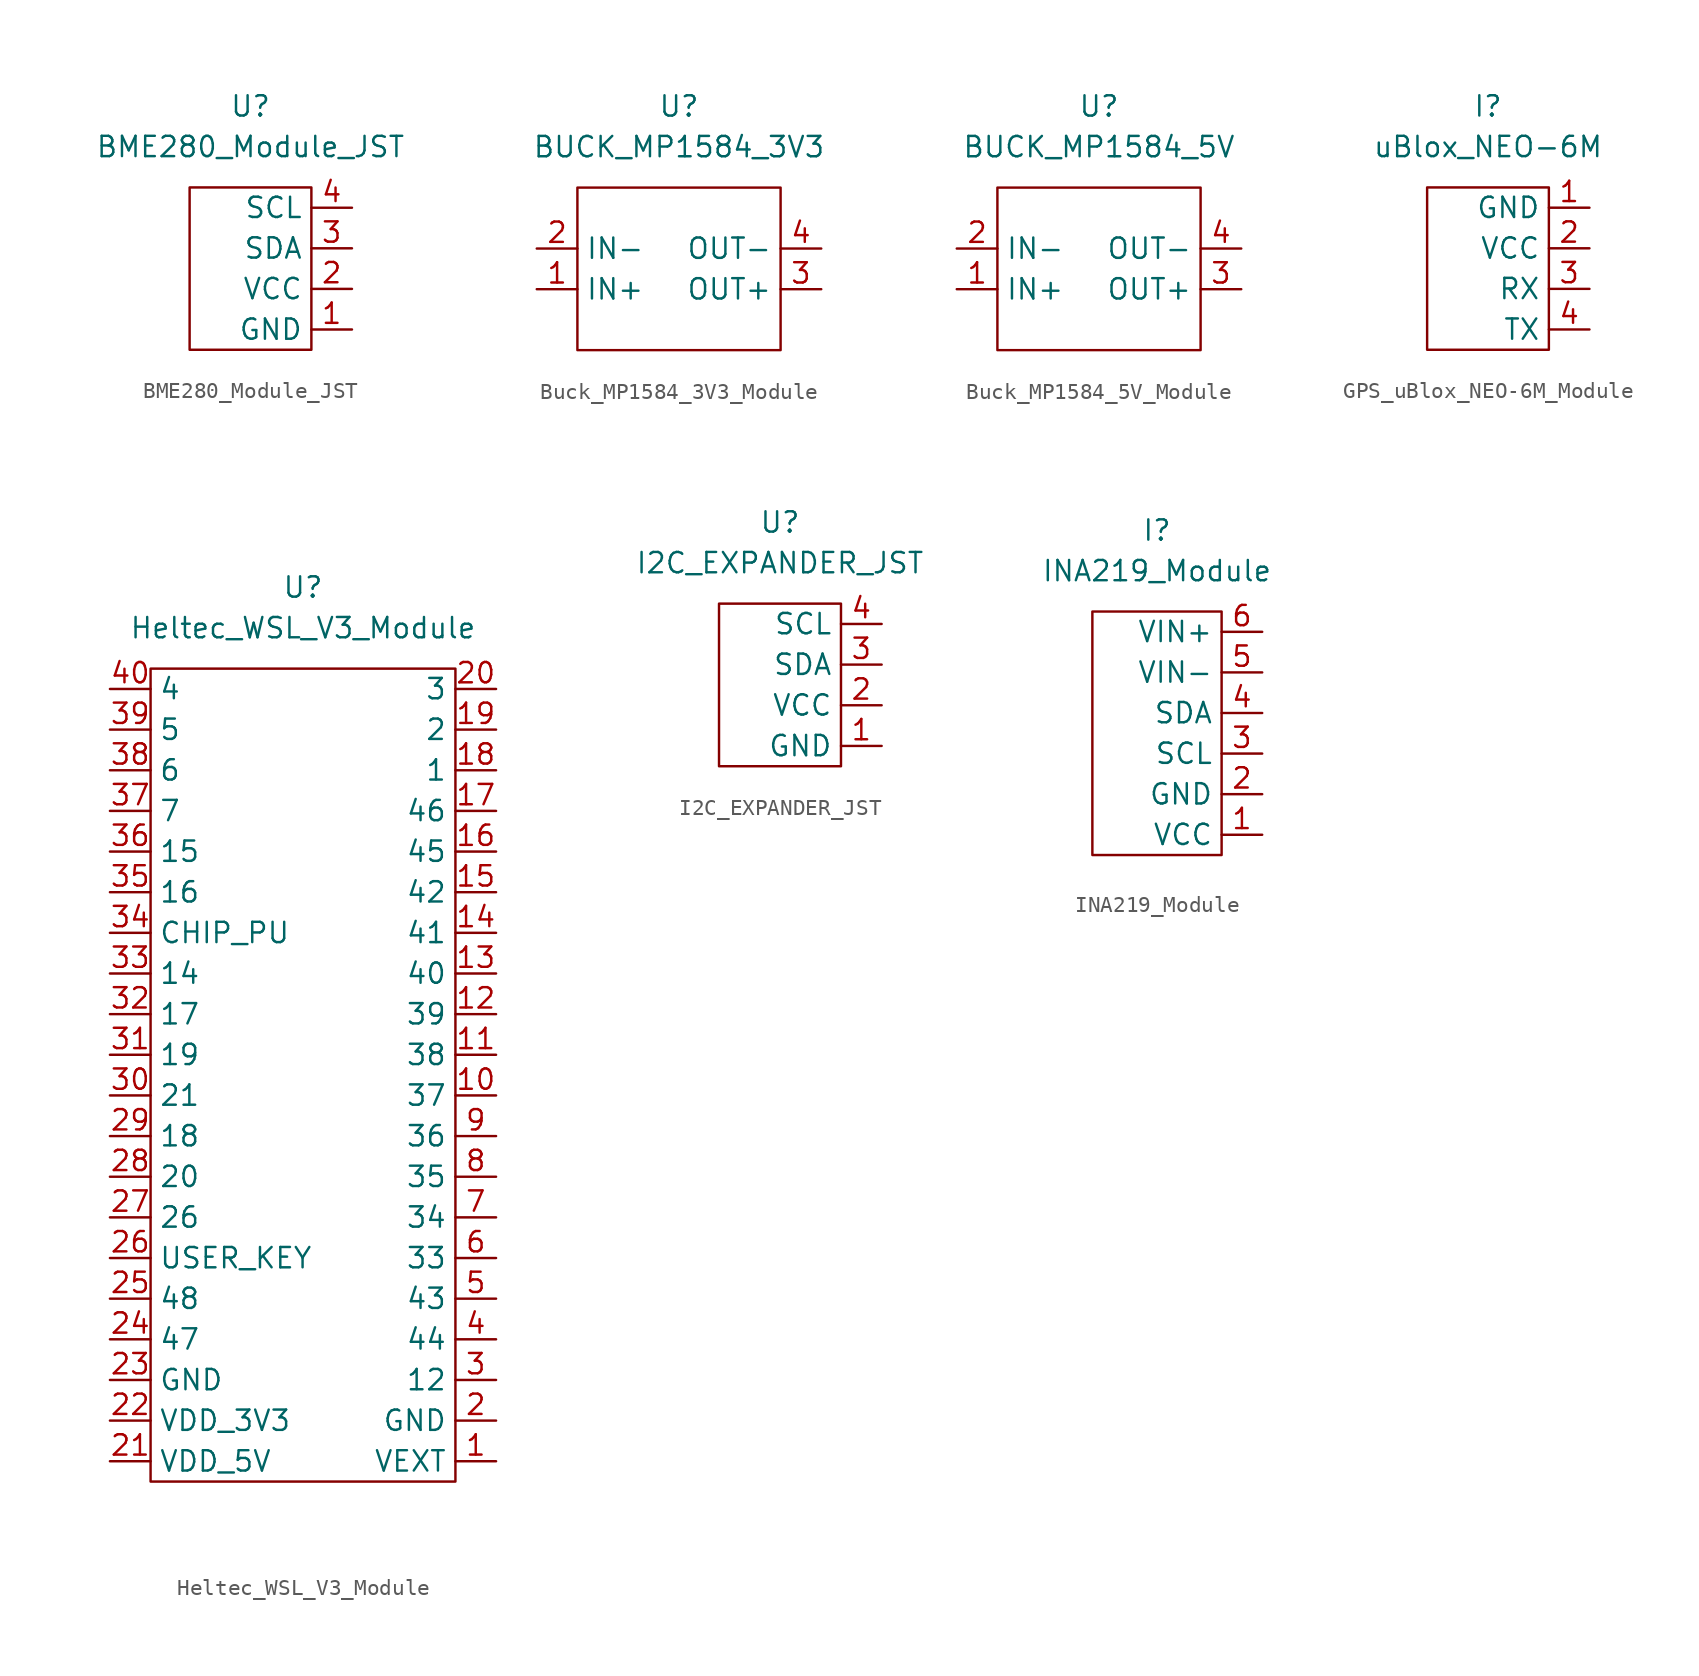
<source format=kicad_sym>
(kicad_symbol_lib
  (version 20241209)
  (generator "kicad_symbol_editor")
  (generator_version "9.0")
  (symbol "BME280_Module_JST"
    (property "Reference" "U"
      (at 0 10.16 0)
      (effects (font (size 1.27 1.27))))
    (property "Value" "BME280_Module_JST"
      (at 0 7.62 0)
      (effects (font (size 1.27 1.27))))
    (symbol "BME280_Module_JST_0_1"
      (rectangle (start -3.81 5.08) (end 3.81 -5.08) (stroke (width 0) (type default)) (fill (type none))))
    (symbol "BME280_Module_JST_1_1"
      (pin bidirectional line (at 6.35 3.81 180) (length 2.54) (name "SCL" (effects (font (size 1.27 1.27)))) (number "4" (effects (font (size 1.27 1.27)))))
      (pin bidirectional line (at 6.35 1.27 180) (length 2.54) (name "SDA" (effects (font (size 1.27 1.27)))) (number "3" (effects (font (size 1.27 1.27)))))
      (pin power_in line (at 6.35 -1.27 180) (length 2.54) (name "VCC" (effects (font (size 1.27 1.27)))) (number "2" (effects (font (size 1.27 1.27)))))
      (pin passive line (at 6.35 -3.81 180) (length 2.54) (name "GND" (effects (font (size 1.27 1.27)))) (number "1" (effects (font (size 1.27 1.27)))))))
  (symbol "Buck_MP1584_3V3_Module"
    (property "Reference" "U"
      (at 0 5.08 0)
      (effects (font (size 1.27 1.27))))
    (property "Value" "BUCK_MP1584_3V3"
      (at 0 2.54 0)
      (effects (font (size 1.27 1.27))))
    (symbol "Buck_MP1584_3V3_Module_0_1"
      (rectangle (start -6.35 0) (end 6.35 -10.16) (stroke (width 0) (type default)) (fill (type none))))
    (symbol "Buck_MP1584_3V3_Module_1_1"
      (pin power_in line (at -8.89 -3.81 0) (length 2.54) (name "IN-" (effects (font (size 1.27 1.27)))) (number "2" (effects (font (size 1.27 1.27)))))
      (pin power_in line (at -8.89 -6.35 0) (length 2.54) (name "IN+" (effects (font (size 1.27 1.27)))) (number "1" (effects (font (size 1.27 1.27)))))
      (pin power_out line (at 8.89 -3.81 180) (length 2.54) (name "OUT-" (effects (font (size 1.27 1.27)))) (number "4" (effects (font (size 1.27 1.27)))))
      (pin power_out line (at 8.89 -6.35 180) (length 2.54) (name "OUT+" (effects (font (size 1.27 1.27)))) (number "3" (effects (font (size 1.27 1.27)))))))
  (symbol "Buck_MP1584_5V_Module"
    (property "Reference" "U"
      (at 0 5.08 0)
      (effects (font (size 1.27 1.27))))
    (property "Value" "BUCK_MP1584_5V"
      (at 0 2.54 0)
      (effects (font (size 1.27 1.27))))
    (symbol "Buck_MP1584_5V_Module_0_1"
      (rectangle (start -6.35 0) (end 6.35 -10.16) (stroke (width 0) (type default)) (fill (type none))))
    (symbol "Buck_MP1584_5V_Module_1_1"
      (pin power_in line (at -8.89 -3.81 0) (length 2.54) (name "IN-" (effects (font (size 1.27 1.27)))) (number "2" (effects (font (size 1.27 1.27)))))
      (pin power_in line (at -8.89 -6.35 0) (length 2.54) (name "IN+" (effects (font (size 1.27 1.27)))) (number "1" (effects (font (size 1.27 1.27)))))
      (pin power_out line (at 8.89 -3.81 180) (length 2.54) (name "OUT-" (effects (font (size 1.27 1.27)))) (number "4" (effects (font (size 1.27 1.27)))))
      (pin power_out line (at 8.89 -6.35 180) (length 2.54) (name "OUT+" (effects (font (size 1.27 1.27)))) (number "3" (effects (font (size 1.27 1.27)))))))
  (symbol "GPS_uBlox_NEO-6M_Module"
    (property "Reference" "I"
      (at 0 10.16 0)
      (effects (font (size 1.27 1.27))))
    (property "Value" "uBlox_NEO-6M"
      (at 0 7.62 0)
      (effects (font (size 1.27 1.27))))
    (symbol "GPS_uBlox_NEO-6M_Module_0_1"
      (rectangle (start -3.81 5.08) (end 3.81 -5.08) (stroke (width 0) (type default)) (fill (type none))))
    (symbol "GPS_uBlox_NEO-6M_Module_1_1"
      (pin passive line (at 6.35 3.81 180) (length 2.54) (name "GND" (effects (font (size 1.27 1.27)))) (number "1" (effects (font (size 1.27 1.27)))))
      (pin power_in line (at 6.35 1.27 180) (length 2.54) (name "VCC" (effects (font (size 1.27 1.27)))) (number "2" (effects (font (size 1.27 1.27)))))
      (pin bidirectional line (at 6.35 -1.27 180) (length 2.54) (name "RX" (effects (font (size 1.27 1.27)))) (number "3" (effects (font (size 1.27 1.27)))))
      (pin bidirectional line (at 6.35 -3.81 180) (length 2.54) (name "TX" (effects (font (size 1.27 1.27)))) (number "4" (effects (font (size 1.27 1.27)))))))
  (symbol "Heltec_WSL_V3_Module"
    (property "Reference" "U"
      (at -4.445 17.78 0)
      (effects (font (size 1.27 1.27))))
    (property "Value" "Heltec_WSL_V3_Module"
      (at -4.445 15.24 0)
      (effects (font (size 1.27 1.27))))
    (symbol "Heltec_WSL_V3_Module_0_1"
      (rectangle (start -13.97 12.7) (end 5.08 -38.1) (stroke (width 0) (type default)) (fill (type none))))
    (symbol "Heltec_WSL_V3_Module_1_1"
      (pin bidirectional line (at -16.51 11.43 0) (length 2.54) (name "4" (effects (font (size 1.27 1.27)))) (number "40" (effects (font (size 1.27 1.27)))))
      (pin bidirectional line (at -16.51 8.89 0) (length 2.54) (name "5" (effects (font (size 1.27 1.27)))) (number "39" (effects (font (size 1.27 1.27)))))
      (pin bidirectional line (at -16.51 6.35 0) (length 2.54) (name "6" (effects (font (size 1.27 1.27)))) (number "38" (effects (font (size 1.27 1.27)))))
      (pin bidirectional line (at -16.51 3.81 0) (length 2.54) (name "7" (effects (font (size 1.27 1.27)))) (number "37" (effects (font (size 1.27 1.27)))))
      (pin bidirectional line (at -16.51 1.27 0) (length 2.54) (name "15" (effects (font (size 1.27 1.27)))) (number "36" (effects (font (size 1.27 1.27)))))
      (pin bidirectional line (at -16.51 -1.27 0) (length 2.54) (name "16" (effects (font (size 1.27 1.27)))) (number "35" (effects (font (size 1.27 1.27)))))
      (pin input line (at -16.51 -3.81 0) (length 2.54) (name "CHIP_PU" (effects (font (size 1.27 1.27)))) (number "34" (effects (font (size 1.27 1.27)))))
      (pin bidirectional line (at -16.51 -6.35 0) (length 2.54) (name "14" (effects (font (size 1.27 1.27)))) (number "33" (effects (font (size 1.27 1.27)))))
      (pin bidirectional line (at -16.51 -8.89 0) (length 2.54) (name "17" (effects (font (size 1.27 1.27)))) (number "32" (effects (font (size 1.27 1.27)))))
      (pin bidirectional line (at -16.51 -11.43 0) (length 2.54) (name "19" (effects (font (size 1.27 1.27)))) (number "31" (effects (font (size 1.27 1.27)))))
      (pin bidirectional line (at -16.51 -13.97 0) (length 2.54) (name "21" (effects (font (size 1.27 1.27)))) (number "30" (effects (font (size 1.27 1.27)))))
      (pin bidirectional line (at -16.51 -16.51 0) (length 2.54) (name "18" (effects (font (size 1.27 1.27)))) (number "29" (effects (font (size 1.27 1.27)))))
      (pin bidirectional line (at -16.51 -19.05 0) (length 2.54) (name "20" (effects (font (size 1.27 1.27)))) (number "28" (effects (font (size 1.27 1.27)))))
      (pin bidirectional line (at -16.51 -21.59 0) (length 2.54) (name "26" (effects (font (size 1.27 1.27)))) (number "27" (effects (font (size 1.27 1.27)))))
      (pin bidirectional line (at -16.51 -24.13 0) (length 2.54) (name "USER_KEY" (effects (font (size 1.27 1.27)))) (number "26" (effects (font (size 1.27 1.27)))))
      (pin bidirectional line (at -16.51 -26.67 0) (length 2.54) (name "48" (effects (font (size 1.27 1.27)))) (number "25" (effects (font (size 1.27 1.27)))))
      (pin bidirectional line (at -16.51 -29.21 0) (length 2.54) (name "47" (effects (font (size 1.27 1.27)))) (number "24" (effects (font (size 1.27 1.27)))))
      (pin passive line (at -16.51 -31.75 0) (length 2.54) (name "GND" (effects (font (size 1.27 1.27)))) (number "23" (effects (font (size 1.27 1.27)))))
      (pin power_in line (at -16.51 -34.29 0) (length 2.54) (name "VDD_3V3" (effects (font (size 1.27 1.27)))) (number "22" (effects (font (size 1.27 1.27)))))
      (pin power_in line (at -16.51 -36.83 0) (length 2.54) (name "VDD_5V" (effects (font (size 1.27 1.27)))) (number "21" (effects (font (size 1.27 1.27)))))
      (pin bidirectional line (at 7.62 11.43 180) (length 2.54) (name "3" (effects (font (size 1.27 1.27)))) (number "20" (effects (font (size 1.27 1.27)))))
      (pin bidirectional line (at 7.62 8.89 180) (length 2.54) (name "2" (effects (font (size 1.27 1.27)))) (number "19" (effects (font (size 1.27 1.27)))))
      (pin bidirectional line (at 7.62 6.35 180) (length 2.54) (name "1" (effects (font (size 1.27 1.27)))) (number "18" (effects (font (size 1.27 1.27)))))
      (pin bidirectional line (at 7.62 3.81 180) (length 2.54) (name "46" (effects (font (size 1.27 1.27)))) (number "17" (effects (font (size 1.27 1.27)))))
      (pin bidirectional line (at 7.62 1.27 180) (length 2.54) (name "45" (effects (font (size 1.27 1.27)))) (number "16" (effects (font (size 1.27 1.27)))))
      (pin bidirectional line (at 7.62 -1.27 180) (length 2.54) (name "42" (effects (font (size 1.27 1.27)))) (number "15" (effects (font (size 1.27 1.27)))))
      (pin bidirectional line (at 7.62 -3.81 180) (length 2.54) (name "41" (effects (font (size 1.27 1.27)))) (number "14" (effects (font (size 1.27 1.27)))))
      (pin bidirectional line (at 7.62 -6.35 180) (length 2.54) (name "40" (effects (font (size 1.27 1.27)))) (number "13" (effects (font (size 1.27 1.27)))))
      (pin bidirectional line (at 7.62 -8.89 180) (length 2.54) (name "39" (effects (font (size 1.27 1.27)))) (number "12" (effects (font (size 1.27 1.27)))))
      (pin bidirectional line (at 7.62 -11.43 180) (length 2.54) (name "38" (effects (font (size 1.27 1.27)))) (number "11" (effects (font (size 1.27 1.27)))))
      (pin bidirectional line (at 7.62 -13.97 180) (length 2.54) (name "37" (effects (font (size 1.27 1.27)))) (number "10" (effects (font (size 1.27 1.27)))))
      (pin bidirectional line (at 7.62 -16.51 180) (length 2.54) (name "36" (effects (font (size 1.27 1.27)))) (number "9" (effects (font (size 1.27 1.27)))))
      (pin bidirectional line (at 7.62 -19.05 180) (length 2.54) (name "35" (effects (font (size 1.27 1.27)))) (number "8" (effects (font (size 1.27 1.27)))))
      (pin bidirectional line (at 7.62 -21.59 180) (length 2.54) (name "34" (effects (font (size 1.27 1.27)))) (number "7" (effects (font (size 1.27 1.27)))))
      (pin bidirectional line (at 7.62 -24.13 180) (length 2.54) (name "33" (effects (font (size 1.27 1.27)))) (number "6" (effects (font (size 1.27 1.27)))))
      (pin bidirectional line (at 7.62 -26.67 180) (length 2.54) (name "43" (effects (font (size 1.27 1.27)))) (number "5" (effects (font (size 1.27 1.27)))))
      (pin bidirectional line (at 7.62 -29.21 180) (length 2.54) (name "44" (effects (font (size 1.27 1.27)))) (number "4" (effects (font (size 1.27 1.27)))))
      (pin bidirectional line (at 7.62 -31.75 180) (length 2.54) (name "12" (effects (font (size 1.27 1.27)))) (number "3" (effects (font (size 1.27 1.27)))))
      (pin passive line (at 7.62 -34.29 180) (length 2.54) (name "GND" (effects (font (size 1.27 1.27)))) (number "2" (effects (font (size 1.27 1.27)))))
      (pin power_out line (at 7.62 -36.83 180) (length 2.54) (name "VEXT" (effects (font (size 1.27 1.27)))) (number "1" (effects (font (size 1.27 1.27)))))))
  (symbol "I2C_EXPANDER_JST"
    (property "Reference" "U"
      (at 0 10.16 0)
      (effects (font (size 1.27 1.27))))
    (property "Value" "I2C_EXPANDER_JST"
      (at 0 7.62 0)
      (effects (font (size 1.27 1.27))))
    (symbol "I2C_EXPANDER_JST_0_1"
      (rectangle (start -3.81 5.08) (end 3.81 -5.08) (stroke (width 0) (type default)) (fill (type none))))
    (symbol "I2C_EXPANDER_JST_1_1"
      (pin bidirectional line (at 6.35 3.81 180) (length 2.54) (name "SCL" (effects (font (size 1.27 1.27)))) (number "4" (effects (font (size 1.27 1.27)))))
      (pin bidirectional line (at 6.35 1.27 180) (length 2.54) (name "SDA" (effects (font (size 1.27 1.27)))) (number "3" (effects (font (size 1.27 1.27)))))
      (pin power_in line (at 6.35 -1.27 180) (length 2.54) (name "VCC" (effects (font (size 1.27 1.27)))) (number "2" (effects (font (size 1.27 1.27)))))
      (pin passive line (at 6.35 -3.81 180) (length 2.54) (name "GND" (effects (font (size 1.27 1.27)))) (number "1" (effects (font (size 1.27 1.27)))))))
  (symbol "INA219_Module"
    (property "Reference" "I"
      (at -0.234 7.62 0)
      (effects (font (size 1.27 1.27))))
    (property "Value" "INA219_Module"
      (at -0.234 5.08 0)
      (effects (font (size 1.27 1.27))))
    (symbol "INA219_Module_0_1"
      (rectangle (start -4.279 -12.7) (end 3.81 2.54) (stroke (width 0) (type default)) (fill (type none))))
    (symbol "INA219_Module_1_1"
      (pin passive line (at 6.35 1.27 180) (length 2.54) (name "VIN+" (effects (font (size 1.27 1.27)))) (number "6" (effects (font (size 1.27 1.27)))))
      (pin passive line (at 6.35 -1.27 180) (length 2.54) (name "VIN-" (effects (font (size 1.27 1.27)))) (number "5" (effects (font (size 1.27 1.27)))))
      (pin bidirectional line (at 6.35 -3.81 180) (length 2.54) (name "SDA" (effects (font (size 1.27 1.27)))) (number "4" (effects (font (size 1.27 1.27)))))
      (pin bidirectional line (at 6.35 -6.35 180) (length 2.54) (name "SCL" (effects (font (size 1.27 1.27)))) (number "3" (effects (font (size 1.27 1.27)))))
      (pin passive line (at 6.35 -8.89 180) (length 2.54) (name "GND" (effects (font (size 1.27 1.27)))) (number "2" (effects (font (size 1.27 1.27)))))
      (pin power_in line (at 6.35 -11.43 180) (length 2.54) (name "VCC" (effects (font (size 1.27 1.27)))) (number "1" (effects (font (size 1.27 1.27))))))))
</source>
